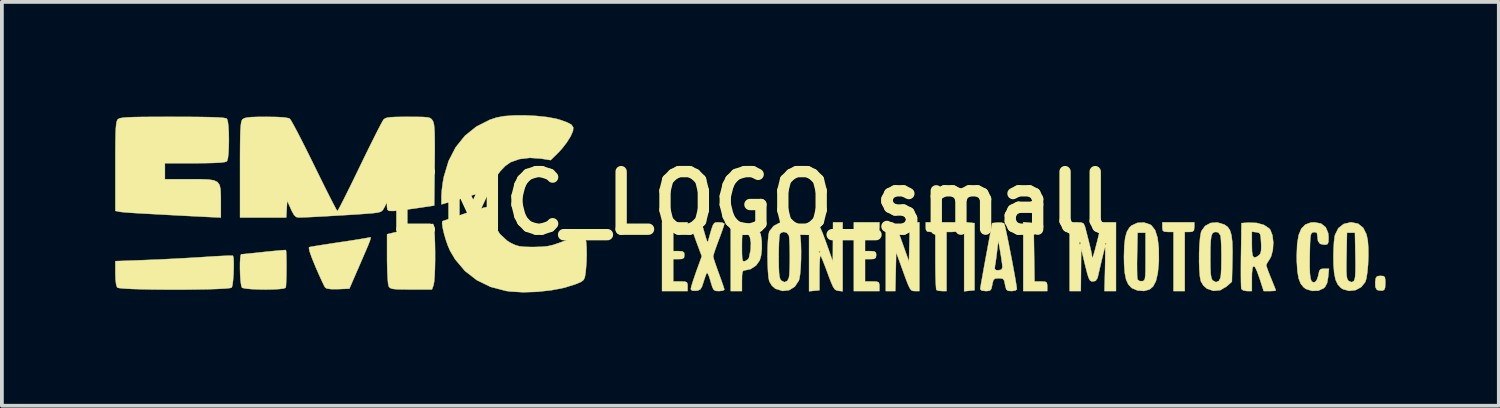
<source format=kicad_pcb>
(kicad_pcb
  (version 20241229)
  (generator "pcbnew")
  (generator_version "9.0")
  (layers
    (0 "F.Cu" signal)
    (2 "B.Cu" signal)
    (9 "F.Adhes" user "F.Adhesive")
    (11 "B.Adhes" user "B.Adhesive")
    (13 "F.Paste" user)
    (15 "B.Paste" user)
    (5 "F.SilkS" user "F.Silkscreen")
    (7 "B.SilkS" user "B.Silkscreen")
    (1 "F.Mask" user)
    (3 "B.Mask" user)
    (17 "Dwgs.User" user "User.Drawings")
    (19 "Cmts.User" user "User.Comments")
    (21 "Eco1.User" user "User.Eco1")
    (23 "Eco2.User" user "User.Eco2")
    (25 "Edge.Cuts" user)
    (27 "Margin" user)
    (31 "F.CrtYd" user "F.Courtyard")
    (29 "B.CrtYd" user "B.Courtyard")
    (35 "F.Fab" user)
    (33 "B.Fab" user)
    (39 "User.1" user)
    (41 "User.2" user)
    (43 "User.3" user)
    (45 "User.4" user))
  (footprint "EMC_LOGO_small"
    (layer "F.Cu")
    (at 16.811 2.33)
    (property "Reference" "EMC_LOGO_small" (at 0 0 0) (layer "F.SilkS") (effects (font (size 1.524 1.524) (thickness 0.3))))
    (attr through_hole)
    (fp_poly (pts (xy 5.948 0.529) (xy 5.948 2.307) (xy 5.81 2.32) (xy 5.673 2.334) (xy 5.673 0.503) (xy 5.948 0.529)) (stroke (width 0.01) (type solid)) (fill yes) (layer "F.SilkS"))
    (fp_poly (pts (xy 7.377 0.516) (xy 7.514 0.529) (xy 7.537 2.074) (xy 7.706 2.074) (xy 7.814 2.079) (xy 7.862 2.107) (xy 7.874 2.175) (xy 7.874 2.201) (xy 7.874 2.328) (xy 7.239 2.328) (xy 7.239 0.503) (xy 7.377 0.516)) (stroke (width 0.01) (type solid)) (fill yes) (layer "F.SilkS"))
    (fp_poly (pts (xy 11.769 0.635) (xy 11.758 0.725) (xy 11.709 0.758) (xy 11.642 0.762) (xy 11.515 0.762) (xy 11.515 2.328) (xy 11.218 2.328) (xy 11.218 0.762) (xy 11.07 0.762) (xy 10.971 0.755) (xy 10.93 0.719) (xy 10.922 0.635) (xy 10.922 0.508) (xy 11.769 0.508) (xy 11.769 0.635)) (stroke (width 0.01) (type solid)) (fill yes) (layer "F.SilkS"))
    (fp_poly (pts (xy 16.779 1.932) (xy 16.816 1.964) (xy 16.827 2.045) (xy 16.828 2.117) (xy 16.821 2.238) (xy 16.796 2.297) (xy 16.743 2.318) (xy 16.645 2.31) (xy 16.602 2.293) (xy 16.565 2.222) (xy 16.56 2.091) (xy 16.575 1.984) (xy 16.61 1.937) (xy 16.685 1.926) (xy 16.701 1.926) (xy 16.779 1.932)) (stroke (width 0.01) (type solid)) (fill yes) (layer "F.SilkS"))
    (fp_poly (pts (xy 5.503 0.635) (xy 5.495 0.72) (xy 5.453 0.755) (xy 5.355 0.762) (xy 5.207 0.762) (xy 5.207 2.328) (xy 5.087 2.328) (xy 4.99 2.319) (xy 4.939 2.3) (xy 4.93 2.251) (xy 4.922 2.131) (xy 4.916 1.954) (xy 4.912 1.735) (xy 4.911 1.517) (xy 4.911 0.762) (xy 4.784 0.762) (xy 4.694 0.752) (xy 4.661 0.702) (xy 4.657 0.635) (xy 4.657 0.508) (xy 5.503 0.508) (xy 5.503 0.635)) (stroke (width 0.01) (type solid)) (fill yes) (layer "F.SilkS"))
    (fp_poly (pts (xy -1.651 0.635) (xy -1.657 0.713) (xy -1.688 0.75) (xy -1.77 0.761) (xy -1.841 0.762) (xy -2.032 0.762) (xy -2.032 1.27) (xy -1.884 1.27) (xy -1.784 1.278) (xy -1.743 1.313) (xy -1.736 1.376) (xy -1.747 1.447) (xy -1.797 1.477) (xy -1.884 1.482) (xy -2.032 1.482) (xy -2.032 2.074) (xy -1.841 2.074) (xy -1.724 2.078) (xy -1.669 2.099) (xy -1.652 2.153) (xy -1.651 2.201) (xy -1.651 2.328) (xy -2.328 2.328) (xy -2.328 0.508) (xy -1.651 0.508) (xy -1.651 0.635)) (stroke (width 0.01) (type solid)) (fill yes) (layer "F.SilkS"))
    (fp_poly (pts (xy 3.429 0.635) (xy 3.423 0.713) (xy 3.392 0.75) (xy 3.31 0.761) (xy 3.239 0.762) (xy 3.048 0.762) (xy 3.048 1.27) (xy 3.196 1.27) (xy 3.296 1.278) (xy 3.337 1.313) (xy 3.344 1.376) (xy 3.333 1.447) (xy 3.283 1.477) (xy 3.196 1.482) (xy 3.048 1.482) (xy 3.048 2.074) (xy 3.239 2.074) (xy 3.356 2.078) (xy 3.411 2.099) (xy 3.428 2.153) (xy 3.429 2.201) (xy 3.429 2.328) (xy 2.752 2.328) (xy 2.752 0.508) (xy 3.429 0.508) (xy 3.429 0.635)) (stroke (width 0.01) (type solid)) (fill yes) (layer "F.SilkS"))
    (fp_poly (pts (xy 3.771 0.512) (xy 3.812 0.531) (xy 3.85 0.579) (xy 3.894 0.669) (xy 3.95 0.813) (xy 4.026 1.024) (xy 4.027 1.027) (xy 4.212 1.545) (xy 4.224 1.027) (xy 4.236 0.508) (xy 4.487 0.508) (xy 4.487 2.328) (xy 4.366 2.328) (xy 4.314 2.325) (xy 4.273 2.305) (xy 4.235 2.256) (xy 4.191 2.166) (xy 4.134 2.021) (xy 4.059 1.814) (xy 3.873 1.301) (xy 3.862 1.814) (xy 3.85 2.328) (xy 3.598 2.328) (xy 3.598 0.508) (xy 3.72 0.508) (xy 3.771 0.512)) (stroke (width 0.01) (type solid)) (fill yes) (layer "F.SilkS"))
    (fp_poly (pts (xy -8.375 0.59) (xy -8.36 0.699) (xy -8.349 0.861) (xy -8.342 1.06) (xy -8.338 1.281) (xy -8.338 1.509) (xy -8.342 1.727) (xy -8.35 1.92) (xy -8.362 2.072) (xy -8.378 2.168) (xy -8.381 2.177) (xy -8.422 2.286) (xy -8.972 2.286) (xy -9.199 2.285) (xy -9.356 2.281) (xy -9.457 2.271) (xy -9.517 2.253) (xy -9.551 2.227) (xy -9.566 2.204) (xy -9.582 2.133) (xy -9.595 1.993) (xy -9.604 1.8) (xy -9.609 1.569) (xy -9.61 1.472) (xy -9.61 0.822) (xy -9.028 0.686) (xy -8.814 0.637) (xy -8.627 0.596) (xy -8.485 0.566) (xy -8.403 0.551) (xy -8.393 0.55) (xy -8.375 0.59)) (stroke (width 0.01) (type solid)) (fill yes) (layer "F.SilkS"))
    (fp_poly (pts (xy -10.046 0.909) (xy -10.047 0.939) (xy -10.067 1.003) (xy -10.109 1.11) (xy -10.177 1.271) (xy -10.274 1.495) (xy -10.323 1.609) (xy -10.608 2.265) (xy -10.907 2.277) (xy -11.096 2.277) (xy -11.211 2.259) (xy -11.249 2.235) (xy -11.282 2.177) (xy -11.339 2.057) (xy -11.414 1.893) (xy -11.498 1.702) (xy -11.507 1.68) (xy -11.604 1.443) (xy -11.662 1.277) (xy -11.68 1.185) (xy -11.671 1.165) (xy -11.614 1.153) (xy -11.488 1.132) (xy -11.308 1.104) (xy -11.088 1.07) (xy -10.88 1.038) (xy -10.636 1.002) (xy -10.42 0.968) (xy -10.247 0.94) (xy -10.13 0.919) (xy -10.086 0.91) (xy -10.06 0.903) (xy -10.046 0.909)) (stroke (width 0.01) (type solid)) (fill yes) (layer "F.SilkS"))
    (fp_poly (pts (xy -12.29 1.243) (xy -12.282 1.291) (xy -12.277 1.402) (xy -12.274 1.557) (xy -12.274 1.733) (xy -12.276 1.911) (xy -12.281 2.068) (xy -12.287 2.185) (xy -12.295 2.24) (xy -12.296 2.24) (xy -12.349 2.261) (xy -12.467 2.275) (xy -12.631 2.284) (xy -12.819 2.288) (xy -13.014 2.285) (xy -13.194 2.277) (xy -13.341 2.264) (xy -13.434 2.246) (xy -13.454 2.235) (xy -13.473 2.177) (xy -13.489 2.062) (xy -13.5 1.911) (xy -13.505 1.745) (xy -13.505 1.586) (xy -13.498 1.454) (xy -13.485 1.371) (xy -13.473 1.354) (xy -13.421 1.35) (xy -13.302 1.338) (xy -13.131 1.321) (xy -12.925 1.299) (xy -12.87 1.293) (xy -12.661 1.272) (xy -12.485 1.255) (xy -12.357 1.245) (xy -12.294 1.242) (xy -12.29 1.243)) (stroke (width 0.01) (type solid)) (fill yes) (layer "F.SilkS"))
    (fp_poly (pts (xy -13.692 1.393) (xy -13.677 1.45) (xy -13.671 1.567) (xy -13.671 1.721) (xy -13.677 1.889) (xy -13.689 2.046) (xy -13.704 2.168) (xy -13.723 2.233) (xy -13.724 2.235) (xy -13.78 2.25) (xy -13.909 2.262) (xy -14.098 2.272) (xy -14.336 2.28) (xy -14.61 2.285) (xy -14.909 2.289) (xy -15.221 2.29) (xy -15.534 2.289) (xy -15.835 2.286) (xy -16.113 2.28) (xy -16.356 2.273) (xy -16.551 2.263) (xy -16.688 2.251) (xy -16.753 2.237) (xy -16.756 2.235) (xy -16.783 2.164) (xy -16.801 2.026) (xy -16.806 1.86) (xy -16.806 1.536) (xy -15.97 1.505) (xy -15.646 1.492) (xy -15.289 1.474) (xy -14.93 1.455) (xy -14.603 1.436) (xy -14.422 1.424) (xy -14.186 1.409) (xy -13.981 1.398) (xy -13.821 1.391) (xy -13.72 1.39) (xy -13.692 1.393)) (stroke (width 0.01) (type solid)) (fill yes) (layer "F.SilkS"))
    (fp_poly (pts (xy 1.738 0.512) (xy 1.78 0.532) (xy 1.821 0.577) (xy 1.866 0.659) (xy 1.921 0.786) (xy 1.991 0.97) (xy 2.081 1.221) (xy 2.113 1.312) (xy 2.195 1.545) (xy 2.198 1.027) (xy 2.201 0.508) (xy 2.455 0.508) (xy 2.455 2.334) (xy 2.339 2.321) (xy 2.286 2.308) (xy 2.242 2.276) (xy 2.199 2.209) (xy 2.148 2.094) (xy 2.08 1.916) (xy 2.061 1.863) (xy 1.993 1.681) (xy 1.934 1.53) (xy 1.89 1.426) (xy 1.87 1.388) (xy 1.859 1.416) (xy 1.85 1.512) (xy 1.843 1.662) (xy 1.841 1.833) (xy 1.841 2.307) (xy 1.704 2.32) (xy 1.566 2.334) (xy 1.566 1.291) (xy 1.82 1.291) (xy 1.841 1.312) (xy 1.863 1.291) (xy 1.841 1.27) (xy 1.82 1.291) (xy 1.566 1.291) (xy 1.566 0.508) (xy 1.69 0.508) (xy 1.738 0.512)) (stroke (width 0.01) (type solid)) (fill yes) (layer "F.SilkS"))
    (fp_poly (pts (xy -0.328 0.508) (xy -0.08 0.531) (xy 0.11 0.598) (xy 0.235 0.705) (xy 0.238 0.71) (xy 0.287 0.835) (xy 0.313 1.011) (xy 0.315 1.208) (xy 0.294 1.394) (xy 0.259 1.515) (xy 0.162 1.651) (xy 0.019 1.746) (xy -0.125 1.778) (xy -0.172 1.786) (xy -0.198 1.823) (xy -0.209 1.907) (xy -0.212 2.053) (xy -0.212 2.328) (xy -0.508 2.328) (xy -0.508 1.157) (xy -0.212 1.157) (xy -0.211 1.343) (xy -0.205 1.459) (xy -0.192 1.52) (xy -0.168 1.541) (xy -0.13 1.537) (xy -0.128 1.537) (xy -0.05 1.487) (xy -0.025 1.445) (xy 0.018 1.239) (xy 0.026 1.052) (xy -0.000183 0.901) (xy -0.057 0.801) (xy -0.118 0.77) (xy -0.161 0.767) (xy -0.189 0.786) (xy -0.204 0.84) (xy -0.21 0.945) (xy -0.212 1.117) (xy -0.212 1.157) (xy -0.508 1.157) (xy -0.508 0.508) (xy -0.328 0.508)) (stroke (width 0.01) (type solid)) (fill yes) (layer "F.SilkS"))
    (fp_poly (pts (xy -5.659 -2.31) (xy -5.373 -2.28) (xy -5.127 -2.234) (xy -5.032 -2.207) (xy -4.843 -2.14) (xy -4.728 -2.078) (xy -4.679 -2.007) (xy -4.686 -1.914) (xy -4.742 -1.785) (xy -4.755 -1.761) (xy -4.851 -1.607) (xy -4.979 -1.442) (xy -5.074 -1.339) (xy -5.278 -1.139) (xy -5.542 -1.181) (xy -5.83 -1.2) (xy -6.105 -1.167) (xy -6.337 -1.085) (xy -6.339 -1.084) (xy -6.479 -0.985) (xy -6.614 -0.845) (xy -6.726 -0.688) (xy -6.798 -0.537) (xy -6.816 -0.445) (xy -6.816 -0.418) (xy -6.824 -0.395) (xy -6.851 -0.373) (xy -6.908 -0.348) (xy -7.006 -0.314) (xy -7.155 -0.268) (xy -7.368 -0.205) (xy -7.552 -0.15) (xy -8.17 0.033) (xy -8.17 -0.185) (xy -8.16 -0.345) (xy -8.135 -0.539) (xy -8.107 -0.695) (xy -7.981 -1.115) (xy -7.794 -1.478) (xy -7.548 -1.784) (xy -7.246 -2.027) (xy -6.89 -2.207) (xy -6.715 -2.266) (xy -6.513 -2.304) (xy -6.253 -2.323) (xy -5.96 -2.325) (xy -5.659 -2.31)) (stroke (width 0.01) (type solid)) (fill yes) (layer "F.SilkS"))
    (fp_poly (pts (xy 10.596 0.565) (xy 10.638 0.594) (xy 10.732 0.717) (xy 10.795 0.916) (xy 10.828 1.186) (xy 10.83 1.521) (xy 10.828 1.566) (xy 10.802 1.852) (xy 10.752 2.063) (xy 10.677 2.206) (xy 10.586 2.285) (xy 10.433 2.326) (xy 10.261 2.312) (xy 10.113 2.249) (xy 10.104 2.242) (xy 10.021 2.152) (xy 9.963 2.026) (xy 9.927 1.849) (xy 9.909 1.611) (xy 9.909 1.593) (xy 10.251 1.593) (xy 10.252 1.783) (xy 10.255 1.929) (xy 10.262 2.012) (xy 10.264 2.022) (xy 10.318 2.063) (xy 10.382 2.067) (xy 10.419 2.059) (xy 10.445 2.039) (xy 10.461 1.994) (xy 10.471 1.91) (xy 10.476 1.776) (xy 10.477 1.578) (xy 10.477 1.418) (xy 10.477 0.783) (xy 10.266 0.783) (xy 10.254 1.374) (xy 10.251 1.593) (xy 9.909 1.593) (xy 9.906 1.418) (xy 9.914 1.132) (xy 9.938 0.918) (xy 9.981 0.761) (xy 10.048 0.649) (xy 10.104 0.595) (xy 10.257 0.523) (xy 10.433 0.513) (xy 10.596 0.565)) (stroke (width 0.01) (type solid)) (fill yes) (layer "F.SilkS"))
    (fp_poly (pts (xy 16.106 0.544) (xy 16.241 0.652) (xy 16.329 0.829) (xy 16.363 0.989) (xy 16.377 1.181) (xy 16.379 1.401) (xy 16.37 1.627) (xy 16.351 1.834) (xy 16.324 2) (xy 16.297 2.088) (xy 16.19 2.222) (xy 16.04 2.303) (xy 15.87 2.323) (xy 15.707 2.279) (xy 15.649 2.242) (xy 15.567 2.152) (xy 15.509 2.026) (xy 15.473 1.849) (xy 15.457 1.641) (xy 15.796 1.641) (xy 15.797 1.814) (xy 15.804 1.929) (xy 15.818 2.002) (xy 15.84 2.044) (xy 15.86 2.063) (xy 15.937 2.093) (xy 15.989 2.068) (xy 16.012 2.028) (xy 16.028 1.949) (xy 16.036 1.819) (xy 16.038 1.625) (xy 16.035 1.401) (xy 16.023 0.783) (xy 15.812 0.783) (xy 15.8 1.397) (xy 15.796 1.641) (xy 15.457 1.641) (xy 15.455 1.611) (xy 15.452 1.418) (xy 15.457 1.218) (xy 15.468 1.031) (xy 15.485 0.887) (xy 15.496 0.838) (xy 15.583 0.664) (xy 15.724 0.552) (xy 15.91 0.508) (xy 15.926 0.508) (xy 16.106 0.544)) (stroke (width 0.01) (type solid)) (fill yes) (layer "F.SilkS"))
    (fp_poly (pts (xy 12.561 0.566) (xy 12.573 0.572) (xy 12.654 0.631) (xy 12.713 0.718) (xy 12.752 0.847) (xy 12.774 1.027) (xy 12.781 1.271) (xy 12.778 1.517) (xy 12.764 2.081) (xy 12.625 2.205) (xy 12.457 2.305) (xy 12.276 2.323) (xy 12.101 2.264) (xy 12.008 2.181) (xy 11.942 2.069) (xy 11.918 1.95) (xy 11.903 1.771) (xy 11.895 1.555) (xy 11.896 1.468) (xy 12.193 1.468) (xy 12.195 1.7) (xy 12.202 1.861) (xy 12.217 1.966) (xy 12.241 2.029) (xy 12.257 2.048) (xy 12.343 2.093) (xy 12.42 2.06) (xy 12.462 1.976) (xy 12.474 1.888) (xy 12.482 1.738) (xy 12.486 1.55) (xy 12.486 1.347) (xy 12.483 1.151) (xy 12.476 0.987) (xy 12.466 0.877) (xy 12.462 0.857) (xy 12.406 0.777) (xy 12.34 0.762) (xy 12.286 0.771) (xy 12.246 0.805) (xy 12.22 0.875) (xy 12.204 0.994) (xy 12.195 1.173) (xy 12.193 1.422) (xy 12.193 1.468) (xy 11.896 1.468) (xy 11.896 1.325) (xy 11.905 1.104) (xy 11.922 0.912) (xy 11.946 0.774) (xy 11.957 0.739) (xy 12.055 0.603) (xy 12.201 0.525) (xy 12.376 0.511) (xy 12.561 0.566)) (stroke (width 0.01) (type solid)) (fill yes) (layer "F.SilkS"))
    (fp_poly (pts (xy 15.126 0.541) (xy 15.249 0.639) (xy 15.315 0.796) (xy 15.325 0.908) (xy 15.321 1.026) (xy 15.3 1.082) (xy 15.248 1.1) (xy 15.202 1.101) (xy 15.099 1.078) (xy 15.044 1.002) (xy 15.028 0.861) (xy 15.014 0.784) (xy 14.955 0.767) (xy 14.933 0.77) (xy 14.896 0.778) (xy 14.869 0.8) (xy 14.852 0.848) (xy 14.841 0.936) (xy 14.833 1.077) (xy 14.828 1.284) (xy 14.826 1.391) (xy 14.824 1.665) (xy 14.83 1.863) (xy 14.846 1.995) (xy 14.875 2.07) (xy 14.917 2.097) (xy 14.968 2.088) (xy 15.013 2.035) (xy 15.049 1.931) (xy 15.055 1.9) (xy 15.079 1.793) (xy 15.12 1.746) (xy 15.2 1.736) (xy 15.208 1.736) (xy 15.335 1.736) (xy 15.314 1.955) (xy 15.285 2.118) (xy 15.229 2.222) (xy 15.198 2.252) (xy 15.057 2.317) (xy 14.889 2.324) (xy 14.73 2.275) (xy 14.667 2.232) (xy 14.588 2.136) (xy 14.533 1.998) (xy 14.499 1.805) (xy 14.483 1.547) (xy 14.481 1.397) (xy 14.493 1.084) (xy 14.532 0.846) (xy 14.603 0.676) (xy 14.708 0.568) (xy 14.85 0.515) (xy 14.948 0.508) (xy 15.126 0.541)) (stroke (width 0.01) (type solid)) (fill yes) (layer "F.SilkS"))
    (fp_poly (pts (xy 1.098 0.549) (xy 1.233 0.652) (xy 1.315 0.79) (xy 1.337 0.896) (xy 1.35 1.064) (xy 1.355 1.27) (xy 1.353 1.491) (xy 1.344 1.705) (xy 1.328 1.888) (xy 1.305 2.019) (xy 1.296 2.049) (xy 1.189 2.21) (xy 1.04 2.304) (xy 0.864 2.325) (xy 0.678 2.268) (xy 0.671 2.264) (xy 0.578 2.181) (xy 0.512 2.069) (xy 0.492 1.967) (xy 0.478 1.805) (xy 0.469 1.606) (xy 0.467 1.44) (xy 0.762 1.44) (xy 0.764 1.678) (xy 0.771 1.845) (xy 0.785 1.955) (xy 0.807 2.021) (xy 0.827 2.048) (xy 0.913 2.093) (xy 0.99 2.06) (xy 1.032 1.976) (xy 1.044 1.888) (xy 1.052 1.738) (xy 1.056 1.55) (xy 1.056 1.347) (xy 1.053 1.151) (xy 1.046 0.987) (xy 1.036 0.877) (xy 1.032 0.857) (xy 0.979 0.786) (xy 0.896 0.761) (xy 0.817 0.787) (xy 0.788 0.829) (xy 0.778 0.895) (xy 0.77 1.027) (xy 0.764 1.207) (xy 0.762 1.416) (xy 0.762 1.44) (xy 0.467 1.44) (xy 0.466 1.388) (xy 0.469 1.174) (xy 0.478 0.982) (xy 0.493 0.833) (xy 0.513 0.749) (xy 0.513 0.749) (xy 0.627 0.605) (xy 0.775 0.525) (xy 0.939 0.507) (xy 1.098 0.549)) (stroke (width 0.01) (type solid)) (fill yes) (layer "F.SilkS"))
    (fp_poly (pts (xy 8.773 0.513) (xy 8.835 0.539) (xy 8.869 0.608) (xy 8.886 0.667) (xy 8.955 0.937) (xy 9.005 1.137) (xy 9.038 1.281) (xy 9.056 1.379) (xy 9.062 1.445) (xy 9.062 1.445) (xy 9.072 1.445) (xy 9.098 1.375) (xy 9.136 1.245) (xy 9.179 1.079) (xy 9.398 1.079) (xy 9.419 1.101) (xy 9.44 1.079) (xy 9.419 1.058) (xy 9.398 1.079) (xy 9.179 1.079) (xy 9.182 1.068) (xy 9.193 1.027) (xy 9.321 0.508) (xy 9.694 0.508) (xy 9.694 2.328) (xy 9.39 2.328) (xy 9.405 1.739) (xy 9.409 1.528) (xy 9.411 1.352) (xy 9.411 1.227) (xy 9.408 1.166) (xy 9.407 1.162) (xy 9.394 1.2) (xy 9.367 1.302) (xy 9.325 1.474) (xy 9.267 1.719) (xy 9.207 1.979) (xy 9.157 2.057) (xy 9.083 2.074) (xy 9.037 2.068) (xy 9.001 2.04) (xy 8.968 1.974) (xy 8.932 1.858) (xy 8.886 1.676) (xy 8.877 1.64) (xy 8.773 1.206) (xy 8.768 1.767) (xy 8.763 2.328) (xy 8.467 2.328) (xy 8.467 1.058) (xy 8.721 1.058) (xy 8.736 1.093) (xy 8.749 1.087) (xy 8.754 1.036) (xy 8.749 1.03) (xy 8.724 1.036) (xy 8.721 1.058) (xy 8.467 1.058) (xy 8.467 0.508) (xy 8.656 0.508) (xy 8.773 0.513)) (stroke (width 0.01) (type solid)) (fill yes) (layer "F.SilkS"))
    (fp_poly (pts (xy 6.663 0.516) (xy 6.73 0.534) (xy 6.733 0.537) (xy 6.748 0.584) (xy 6.775 0.7) (xy 6.811 0.869) (xy 6.853 1.075) (xy 6.898 1.304) (xy 6.944 1.539) (xy 6.986 1.767) (xy 7.023 1.971) (xy 7.05 2.136) (xy 7.067 2.248) (xy 7.07 2.283) (xy 7.033 2.313) (xy 6.942 2.328) (xy 6.927 2.328) (xy 6.834 2.321) (xy 6.788 2.284) (xy 6.763 2.193) (xy 6.757 2.159) (xy 6.734 2.05) (xy 6.695 2.002) (xy 6.616 1.99) (xy 6.588 1.99) (xy 6.495 1.997) (xy 6.449 2.034) (xy 6.424 2.126) (xy 6.418 2.159) (xy 6.395 2.267) (xy 6.356 2.316) (xy 6.276 2.328) (xy 6.244 2.328) (xy 6.138 2.315) (xy 6.099 2.277) (xy 6.099 2.275) (xy 6.107 2.219) (xy 6.128 2.093) (xy 6.161 1.911) (xy 6.191 1.745) (xy 6.483 1.745) (xy 6.523 1.775) (xy 6.578 1.778) (xy 6.661 1.762) (xy 6.686 1.702) (xy 6.686 1.683) (xy 6.677 1.594) (xy 6.657 1.452) (xy 6.631 1.291) (xy 6.578 0.995) (xy 6.545 1.27) (xy 6.525 1.434) (xy 6.504 1.58) (xy 6.49 1.662) (xy 6.483 1.745) (xy 6.191 1.745) (xy 6.201 1.685) (xy 6.248 1.43) (xy 6.258 1.376) (xy 6.415 0.529) (xy 6.557 0.515) (xy 6.663 0.516)) (stroke (width 0.01) (type solid)) (fill yes) (layer "F.SilkS"))
    (fp_poly (pts (xy -6.879 0.1) (xy -6.879 0.101) (xy -6.865 0.169) (xy -6.846 0.286) (xy -6.838 0.348) (xy -6.765 0.592) (xy -6.624 0.815) (xy -6.432 0.994) (xy -6.33 1.057) (xy -6.217 1.109) (xy -6.11 1.141) (xy -5.983 1.156) (xy -5.809 1.161) (xy -5.716 1.161) (xy -5.513 1.155) (xy -5.354 1.139) (xy -5.206 1.105) (xy -5.035 1.047) (xy -4.917 1.002) (xy -4.712 0.923) (xy -4.57 0.875) (xy -4.478 0.855) (xy -4.42 0.862) (xy -4.382 0.895) (xy -4.362 0.929) (xy -4.339 1.017) (xy -4.326 1.169) (xy -4.323 1.36) (xy -4.329 1.57) (xy -4.346 1.776) (xy -4.353 1.841) (xy -4.372 1.958) (xy -4.402 2.03) (xy -4.464 2.08) (xy -4.578 2.131) (xy -4.625 2.149) (xy -4.916 2.24) (xy -5.262 2.307) (xy -5.634 2.348) (xy -6.005 2.36) (xy -6.346 2.34) (xy -6.462 2.324) (xy -6.87 2.217) (xy -7.234 2.039) (xy -7.547 1.796) (xy -7.806 1.49) (xy -7.942 1.26) (xy -7.998 1.131) (xy -8.053 0.974) (xy -8.1 0.811) (xy -8.135 0.661) (xy -8.152 0.545) (xy -8.147 0.482) (xy -8.142 0.477) (xy -8.091 0.46) (xy -7.976 0.421) (xy -7.809 0.364) (xy -7.608 0.296) (xy -7.5 0.259) (xy -7.244 0.176) (xy -7.052 0.121) (xy -6.929 0.095) (xy -6.879 0.1)) (stroke (width 0.01) (type solid)) (fill yes) (layer "F.SilkS"))
    (fp_poly (pts (xy 13.42 0.524) (xy 13.612 0.577) (xy 13.75 0.669) (xy 13.783 0.709) (xy 13.838 0.853) (xy 13.86 1.04) (xy 13.849 1.235) (xy 13.805 1.406) (xy 13.764 1.484) (xy 13.704 1.575) (xy 13.674 1.638) (xy 13.674 1.643) (xy 13.689 1.698) (xy 13.729 1.81) (xy 13.786 1.955) (xy 13.801 1.99) (xy 13.86 2.136) (xy 13.905 2.249) (xy 13.927 2.309) (xy 13.928 2.313) (xy 13.89 2.323) (xy 13.797 2.328) (xy 13.767 2.328) (xy 13.606 2.328) (xy 13.501 2.003) (xy 13.431 1.807) (xy 13.377 1.695) (xy 13.336 1.666) (xy 13.309 1.719) (xy 13.295 1.856) (xy 13.293 1.986) (xy 13.293 2.328) (xy 13.164 2.328) (xy 13.067 2.312) (xy 13.015 2.274) (xy 13.009 2.217) (xy 13.005 2.089) (xy 13.003 1.903) (xy 13.003 1.675) (xy 13.005 1.417) (xy 13.006 1.375) (xy 13.01 1.098) (xy 13.293 1.098) (xy 13.297 1.284) (xy 13.315 1.395) (xy 13.352 1.44) (xy 13.414 1.426) (xy 13.477 1.385) (xy 13.518 1.338) (xy 13.538 1.258) (xy 13.541 1.125) (xy 13.538 1.057) (xy 13.529 0.909) (xy 13.514 0.826) (xy 13.483 0.787) (xy 13.427 0.772) (xy 13.409 0.77) (xy 13.293 0.756) (xy 13.293 1.098) (xy 13.01 1.098) (xy 13.018 0.529) (xy 13.195 0.516) (xy 13.42 0.524)) (stroke (width 0.01) (type solid)) (fill yes) (layer "F.SilkS"))
    (fp_poly (pts (xy -14.876 -2.285) (xy -14.542 -2.282) (xy -14.281 -2.277) (xy -14.088 -2.27) (xy -13.955 -2.26) (xy -13.877 -2.247) (xy -13.851 -2.235) (xy -13.829 -2.17) (xy -13.812 -2.042) (xy -13.802 -1.871) (xy -13.799 -1.679) (xy -13.802 -1.485) (xy -13.811 -1.312) (xy -13.827 -1.181) (xy -13.85 -1.111) (xy -13.851 -1.109) (xy -13.904 -1.089) (xy -14.019 -1.074) (xy -14.203 -1.065) (xy -14.462 -1.059) (xy -14.698 -1.058) (xy -15.494 -1.058) (xy -15.494 -0.635) (xy -14.838 -0.635) (xy -14.554 -0.634) (xy -14.345 -0.626) (xy -14.198 -0.604) (xy -14.102 -0.558) (xy -14.046 -0.482) (xy -14.02 -0.367) (xy -14.013 -0.206) (xy -14.012 -0.042) (xy -14.012 0.381) (xy -14.192 0.373) (xy -14.345 0.366) (xy -14.525 0.357) (xy -14.605 0.353) (xy -15.077 0.329) (xy -15.471 0.308) (xy -15.795 0.29) (xy -16.056 0.276) (xy -16.261 0.264) (xy -16.417 0.254) (xy -16.532 0.245) (xy -16.613 0.238) (xy -16.666 0.232) (xy -16.69 0.228) (xy -16.806 0.205) (xy -16.806 -0.974) (xy -16.806 -1.327) (xy -16.804 -1.606) (xy -16.8 -1.818) (xy -16.794 -1.974) (xy -16.784 -2.084) (xy -16.771 -2.156) (xy -16.755 -2.2) (xy -16.74 -2.219) (xy -16.712 -2.238) (xy -16.665 -2.253) (xy -16.589 -2.264) (xy -16.476 -2.273) (xy -16.317 -2.279) (xy -16.104 -2.283) (xy -15.827 -2.285) (xy -15.478 -2.286) (xy -15.288 -2.286) (xy -14.876 -2.285)) (stroke (width 0.01) (type solid)) (fill yes) (layer "F.SilkS"))
    (fp_poly (pts (xy -0.822 0.508) (xy -0.726 0.518) (xy -0.678 0.542) (xy -0.677 0.547) (xy -0.692 0.601) (xy -0.73 0.714) (xy -0.786 0.869) (xy -0.826 0.974) (xy -0.889 1.145) (xy -0.939 1.288) (xy -0.968 1.384) (xy -0.973 1.411) (xy -0.959 1.47) (xy -0.921 1.588) (xy -0.866 1.746) (xy -0.825 1.858) (xy -0.763 2.029) (xy -0.713 2.172) (xy -0.683 2.266) (xy -0.677 2.292) (xy -0.715 2.316) (xy -0.806 2.328) (xy -0.823 2.328) (xy -0.904 2.324) (xy -0.955 2.299) (xy -0.992 2.234) (xy -1.031 2.11) (xy -1.041 2.073) (xy -1.081 1.945) (xy -1.117 1.863) (xy -1.138 1.843) (xy -1.164 1.895) (xy -1.202 2.001) (xy -1.229 2.087) (xy -1.272 2.216) (xy -1.315 2.284) (xy -1.376 2.313) (xy -1.43 2.32) (xy -1.532 2.317) (xy -1.566 2.278) (xy -1.566 2.273) (xy -1.553 2.209) (xy -1.515 2.085) (xy -1.461 1.924) (xy -1.421 1.809) (xy -1.275 1.407) (xy -1.421 1.015) (xy -1.483 0.842) (xy -1.532 0.695) (xy -1.561 0.595) (xy -1.566 0.566) (xy -1.527 0.522) (xy -1.423 0.508) (xy -1.346 0.512) (xy -1.297 0.535) (xy -1.261 0.595) (xy -1.225 0.711) (xy -1.203 0.79) (xy -1.164 0.924) (xy -1.133 1.011) (xy -1.116 1.035) (xy -1.116 1.034) (xy -1.056 0.819) (xy -1.013 0.672) (xy -0.979 0.58) (xy -0.946 0.531) (xy -0.909 0.511) (xy -0.859 0.508) (xy -0.822 0.508)) (stroke (width 0.01) (type solid)) (fill yes) (layer "F.SilkS"))
    (fp_poly (pts (xy -8.82 -2.285) (xy -8.657 -2.282) (xy -8.549 -2.274) (xy -8.482 -2.258) (xy -8.44 -2.233) (xy -8.41 -2.197) (xy -8.403 -2.186) (xy -8.383 -2.144) (xy -8.368 -2.08) (xy -8.357 -1.985) (xy -8.35 -1.848) (xy -8.347 -1.659) (xy -8.346 -1.408) (xy -8.349 -1.084) (xy -8.35 -1.012) (xy -8.361 0.064) (xy -8.826 0.133) (xy -9.034 0.162) (xy -9.226 0.187) (xy -9.379 0.202) (xy -9.451 0.207) (xy -9.555 0.204) (xy -9.601 0.175) (xy -9.612 0.102) (xy -9.612 0.095) (xy -9.615 -0.021) (xy -9.681 0.112) (xy -9.722 0.182) (xy -9.771 0.224) (xy -9.852 0.249) (xy -9.987 0.266) (xy -10.049 0.271) (xy -10.188 0.282) (xy -10.385 0.296) (xy -10.622 0.311) (xy -10.882 0.326) (xy -11.149 0.342) (xy -11.403 0.356) (xy -11.629 0.368) (xy -11.81 0.376) (xy -11.927 0.38) (xy -11.943 0.38) (xy -12.014 0.368) (xy -12.07 0.319) (xy -12.13 0.214) (xy -12.155 0.159) (xy -12.255 -0.064) (xy -12.268 0.159) (xy -12.281 0.381) (xy -13.504 0.381) (xy -13.504 -0.886) (xy -13.504 -1.253) (xy -13.502 -1.545) (xy -13.499 -1.77) (xy -13.493 -1.938) (xy -13.484 -2.058) (xy -13.473 -2.138) (xy -13.458 -2.189) (xy -13.439 -2.218) (xy -13.438 -2.219) (xy -13.394 -2.248) (xy -13.319 -2.267) (xy -13.2 -2.279) (xy -13.021 -2.285) (xy -12.811 -2.286) (xy -12.537 -2.282) (xy -12.343 -2.271) (xy -12.224 -2.251) (xy -12.184 -2.233) (xy -12.15 -2.183) (xy -12.084 -2.066) (xy -11.991 -1.893) (xy -11.877 -1.672) (xy -11.746 -1.413) (xy -11.604 -1.127) (xy -11.534 -0.984) (xy -11.39 -0.691) (xy -11.258 -0.424) (xy -11.141 -0.192) (xy -11.045 -0.004) (xy -10.974 0.13) (xy -10.933 0.202) (xy -10.926 0.211) (xy -10.902 0.174) (xy -10.846 0.071) (xy -10.763 -0.091) (xy -10.658 -0.302) (xy -10.534 -0.552) (xy -10.398 -0.832) (xy -10.334 -0.964) (xy -10.191 -1.259) (xy -10.057 -1.531) (xy -9.937 -1.772) (xy -9.836 -1.97) (xy -9.76 -2.115) (xy -9.713 -2.198) (xy -9.704 -2.212) (xy -9.667 -2.242) (xy -9.609 -2.263) (xy -9.515 -2.276) (xy -9.372 -2.283) (xy -9.164 -2.286) (xy -9.054 -2.286) (xy -8.82 -2.285)) (stroke (width 0.01) (type solid)) (fill yes) (layer "F.SilkS")))
  (gr_rect
    (start -3 -3)
    (end 36.644 7.695)
    (stroke (width 0.1) (type default))
    (fill no)
    (layer "Edge.Cuts")))
</source>
